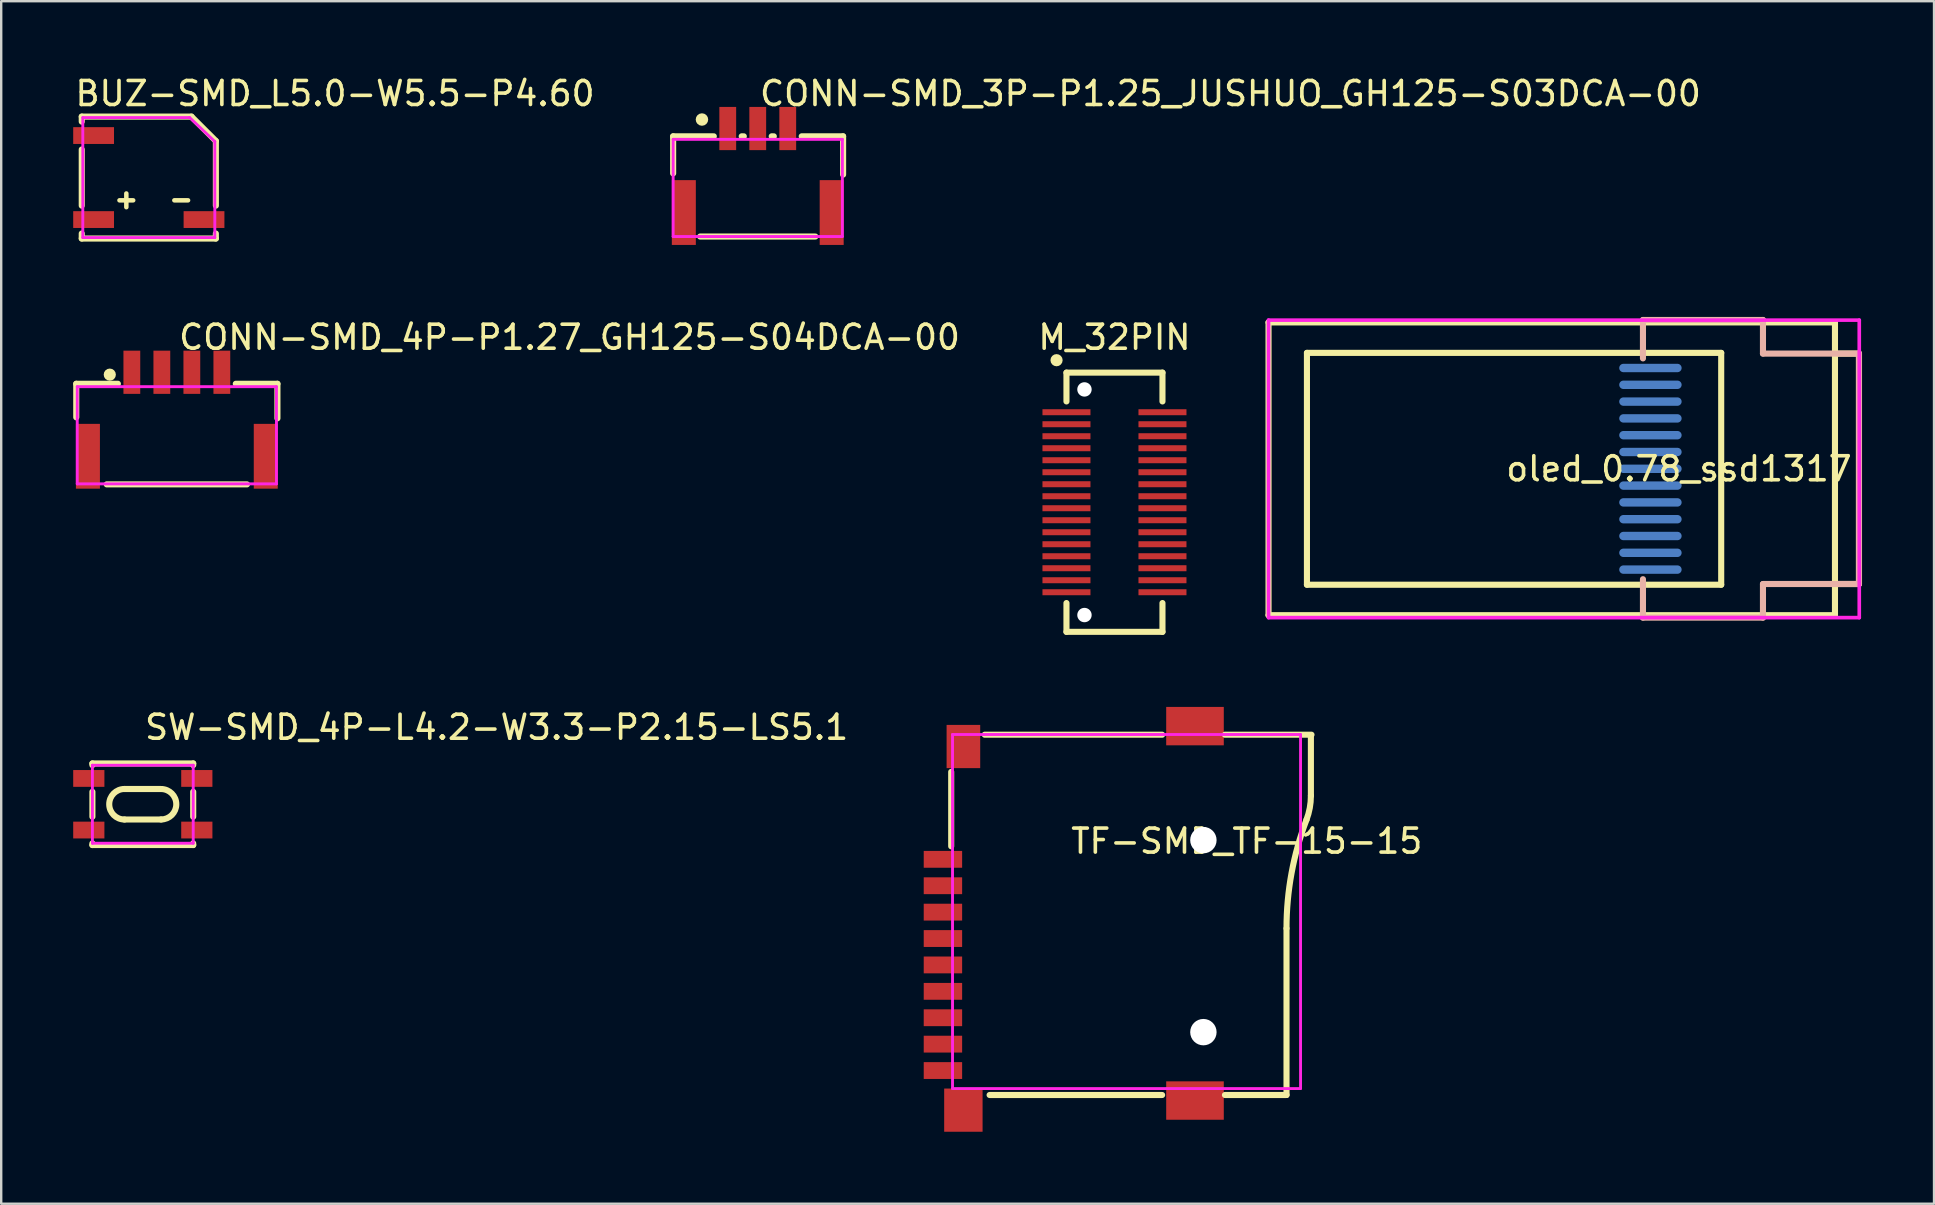
<source format=kicad_pcb>
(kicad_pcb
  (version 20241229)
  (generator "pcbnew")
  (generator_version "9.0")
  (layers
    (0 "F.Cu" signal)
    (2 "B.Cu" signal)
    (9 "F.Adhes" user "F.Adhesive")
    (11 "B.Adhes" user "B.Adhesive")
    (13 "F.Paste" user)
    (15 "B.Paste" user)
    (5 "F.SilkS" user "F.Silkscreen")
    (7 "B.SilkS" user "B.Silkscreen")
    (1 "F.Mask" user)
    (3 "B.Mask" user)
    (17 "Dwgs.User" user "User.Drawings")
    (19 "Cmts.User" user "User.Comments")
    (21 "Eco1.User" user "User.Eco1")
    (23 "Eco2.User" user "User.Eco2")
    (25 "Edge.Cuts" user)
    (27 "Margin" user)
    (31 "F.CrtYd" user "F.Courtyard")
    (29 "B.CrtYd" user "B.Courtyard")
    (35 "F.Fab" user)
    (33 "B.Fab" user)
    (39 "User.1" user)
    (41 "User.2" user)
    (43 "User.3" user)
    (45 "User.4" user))
  (footprint "M_32PIN"
    (layer "F.Cu")
    (at 43.383 17.875)
    (property "Reference" "M_32PIN" (at 0 -6.872 0) (layer "F.SilkS") (effects (font (size 1 1) (thickness 0.15))))
    (fp_line (start -2 -5.4) (end 2 -5.4) (stroke (width 0.254) (type solid)) (layer "F.SilkS"))
    (fp_line (start -2 -4.2) (end -2 -5.4) (stroke (width 0.254) (type solid)) (layer "F.SilkS"))
    (fp_line (start -2 5.4) (end -2 4.2) (stroke (width 0.254) (type solid)) (layer "F.SilkS"))
    (fp_line (start -2 5.4) (end 2 5.4) (stroke (width 0.254) (type solid)) (layer "F.SilkS"))
    (fp_line (start 2 -4.2) (end 2 -5.4) (stroke (width 0.254) (type solid)) (layer "F.SilkS"))
    (fp_line (start 2 5.4) (end 2 4.2) (stroke (width 0.254) (type solid)) (layer "F.SilkS"))
    (fp_circle (center -2.413 -5.918) (end -2.413 -6.045) (stroke (width 0.254) (type solid)) (fill no) (layer "F.SilkS"))
    (pad "" np_thru_hole circle (at -1.25 -4.7) (size 0.6 0.6) (drill 0.6) (layers "*.Cu" "*.Mask"))
    (pad "" np_thru_hole circle (at -1.25 4.7) (size 0.6 0.6) (drill 0.6) (layers "*.Cu" "*.Mask"))
    (pad "1" smd rect (at -2 -3.75) (size 2 0.25) (layers "F.Cu" "F.Mask" "F.Paste"))
    (pad "2" smd rect (at -2 -3.25) (size 2 0.25) (layers "F.Cu" "F.Mask" "F.Paste"))
    (pad "3" smd rect (at -2 -2.75) (size 2 0.25) (layers "F.Cu" "F.Mask" "F.Paste"))
    (pad "4" smd rect (at -2 -2.25) (size 2 0.25) (layers "F.Cu" "F.Mask" "F.Paste"))
    (pad "5" smd rect (at -2 -1.75) (size 2 0.25) (layers "F.Cu" "F.Mask" "F.Paste"))
    (pad "6" smd rect (at -2 -1.25) (size 2 0.25) (layers "F.Cu" "F.Mask" "F.Paste"))
    (pad "7" smd rect (at -2 -0.75) (size 2 0.25) (layers "F.Cu" "F.Mask" "F.Paste"))
    (pad "8" smd rect (at -2 -0.25) (size 2 0.25) (layers "F.Cu" "F.Mask" "F.Paste"))
    (pad "9" smd rect (at -2 0.25) (size 2 0.25) (layers "F.Cu" "F.Mask" "F.Paste"))
    (pad "10" smd rect (at -2 0.75) (size 2 0.25) (layers "F.Cu" "F.Mask" "F.Paste"))
    (pad "11" smd rect (at -2 1.25) (size 2 0.25) (layers "F.Cu" "F.Mask" "F.Paste"))
    (pad "12" smd rect (at -2 1.75) (size 2 0.25) (layers "F.Cu" "F.Mask" "F.Paste"))
    (pad "13" smd rect (at -2 2.25) (size 2 0.25) (layers "F.Cu" "F.Mask" "F.Paste"))
    (pad "14" smd rect (at -2 2.75) (size 2 0.25) (layers "F.Cu" "F.Mask" "F.Paste"))
    (pad "15" smd rect (at -2 3.25) (size 2 0.25) (layers "F.Cu" "F.Mask" "F.Paste"))
    (pad "16" smd rect (at -2 3.75) (size 2 0.25) (layers "F.Cu" "F.Mask" "F.Paste"))
    (pad "17" smd rect (at 2 3.75) (size 2 0.25) (layers "F.Cu" "F.Mask" "F.Paste"))
    (pad "18" smd rect (at 2 3.25) (size 2 0.25) (layers "F.Cu" "F.Mask" "F.Paste"))
    (pad "19" smd rect (at 2 2.75) (size 2 0.25) (layers "F.Cu" "F.Mask" "F.Paste"))
    (pad "20" smd rect (at 2 2.25) (size 2 0.25) (layers "F.Cu" "F.Mask" "F.Paste"))
    (pad "21" smd rect (at 2 1.75) (size 2 0.25) (layers "F.Cu" "F.Mask" "F.Paste"))
    (pad "22" smd rect (at 2 1.25) (size 2 0.25) (layers "F.Cu" "F.Mask" "F.Paste"))
    (pad "23" smd rect (at 2 0.75) (size 2 0.25) (layers "F.Cu" "F.Mask" "F.Paste"))
    (pad "24" smd rect (at 2 0.25) (size 2 0.25) (layers "F.Cu" "F.Mask" "F.Paste"))
    (pad "25" smd rect (at 2 -0.25) (size 2 0.25) (layers "F.Cu" "F.Mask" "F.Paste"))
    (pad "26" smd rect (at 2 -0.75) (size 2 0.25) (layers "F.Cu" "F.Mask" "F.Paste"))
    (pad "27" smd rect (at 2 -1.25) (size 2 0.25) (layers "F.Cu" "F.Mask" "F.Paste"))
    (pad "28" smd rect (at 2 -1.75) (size 2 0.25) (layers "F.Cu" "F.Mask" "F.Paste"))
    (pad "29" smd rect (at 2 -2.25) (size 2 0.25) (layers "F.Cu" "F.Mask" "F.Paste"))
    (pad "30" smd rect (at 2 -2.75) (size 2 0.25) (layers "F.Cu" "F.Mask" "F.Paste"))
    (pad "31" smd rect (at 2 -3.25) (size 2 0.25) (layers "F.Cu" "F.Mask" "F.Paste"))
    (pad "32" smd rect (at 2 -3.75) (size 2 0.25) (layers "F.Cu" "F.Mask" "F.Paste")))
  (footprint "CONN-SMD_3P-P1.25_JUSHUO_GH125-S03DCA-00"
    (layer "F.Cu")
    (at 28.521 4.055)
    (property "Reference" "CONN-SMD_3P-P1.25_JUSHUO_GH125-S03DCA-00" (at 0 -3.207 0) (layer "F.SilkS") (effects (font (size 1 1) (thickness 0.15)) (justify left)))
    (attr through_hole)
    (fp_line (start -3.525 -1.425) (end -3.525 0.119) (stroke (width 0.254) (type solid)) (layer "F.SilkS"))
    (fp_line (start -3.525 -1.425) (end -1.831 -1.425) (stroke (width 0.254) (type solid)) (layer "F.SilkS"))
    (fp_line (start -2.4 2.75) (end 2.4 2.75) (stroke (width 0.254) (type solid)) (layer "F.SilkS"))
    (fp_line (start -0.669 -1.425) (end -0.581 -1.425) (stroke (width 0.254) (type solid)) (layer "F.SilkS"))
    (fp_line (start 0.581 -1.425) (end 0.669 -1.425) (stroke (width 0.254) (type solid)) (layer "F.SilkS"))
    (fp_line (start 1.831 -1.425) (end 3.556 -1.425) (stroke (width 0.254) (type solid)) (layer "F.SilkS"))
    (fp_line (start 3.556 -1.425) (end 3.556 0.169) (stroke (width 0.254) (type solid)) (layer "F.SilkS"))
    (fp_circle (center -2.325 -2.125) (end -2.195 -2.125) (stroke (width 0.26) (type solid)) (fill no) (layer "F.SilkS"))
    (fp_line (start -3.525 -1.3) (end 3.525 -1.3) (stroke (width 0.12) (type solid)) (layer "F.CrtYd"))
    (fp_line (start -3.525 2.75) (end -3.525 -1.3) (stroke (width 0.12) (type solid)) (layer "F.CrtYd"))
    (fp_line (start 3.525 -1.3) (end 3.525 2.75) (stroke (width 0.12) (type solid)) (layer "F.CrtYd"))
    (fp_line (start 3.525 2.75) (end -3.525 2.75) (stroke (width 0.12) (type solid)) (layer "F.CrtYd"))
    (pad "1" smd rect (at -1.25 -1.75) (size 0.7 1.8) (layers "F.Cu" "F.Mask" "F.Paste"))
    (pad "2" smd rect (at 0 -1.75) (size 0.7 1.8) (layers "F.Cu" "F.Mask" "F.Paste"))
    (pad "3" smd rect (at 1.25 -1.75) (size 0.7 1.8) (layers "F.Cu" "F.Mask" "F.Paste"))
    (pad "4" smd rect (at 3.08 1.75) (size 1 2.7) (layers "F.Cu" "F.Mask" "F.Paste"))
    (pad "5" smd rect (at -3.08 1.75) (size 1 2.7) (layers "F.Cu" "F.Mask" "F.Paste")))
  (footprint "BUZ-SMD_L5.0-W5.5-P4.60"
    (layer "F.Cu")
    (at 3.15 4.348)
    (property "Reference" "BUZ-SMD_L5.0-W5.5-P4.60" (at -3.15 -3.5 0) (layer "F.SilkS") (effects (font (size 1 1) (thickness 0.15)) (justify left)))
    (attr through_hole)
    (fp_line (start -2.794 -2.54) (end 1.778 -2.54) (stroke (width 0.254) (type solid)) (layer "F.SilkS"))
    (fp_line (start -2.794 -2.331) (end -2.794 -2.54) (stroke (width 0.254) (type solid)) (layer "F.SilkS"))
    (fp_line (start -2.794 1.169) (end -2.794 -1.169) (stroke (width 0.254) (type solid)) (layer "F.SilkS"))
    (fp_line (start -2.794 2.54) (end -2.794 2.331) (stroke (width 0.254) (type solid)) (layer "F.SilkS"))
    (fp_line (start 1.778 -2.54) (end 2.794 -1.524) (stroke (width 0.254) (type solid)) (layer "F.SilkS"))
    (fp_line (start 2.793 2.332) (end 2.793 2.54) (stroke (width 0.254) (type solid)) (layer "F.SilkS"))
    (fp_line (start 2.793 2.54) (end -2.794 2.54) (stroke (width 0.254) (type solid)) (layer "F.SilkS"))
    (fp_line (start 2.794 -1.524) (end 2.794 1.169) (stroke (width 0.254) (type solid)) (layer "F.SilkS"))
    (fp_circle (center -2.75 2.5) (end -2.72 2.5) (stroke (width 0.06) (type solid)) (fill no) (layer "Eco2.User"))
    (fp_line (start -2.75 -2.5) (end 1.7 -2.5) (stroke (width 0.12) (type solid)) (layer "F.CrtYd"))
    (fp_line (start -2.75 2.5) (end -2.75 -2.5) (stroke (width 0.12) (type solid)) (layer "F.CrtYd"))
    (fp_line (start 1.7 -2.5) (end 2.75 -1.5) (stroke (width 0.12) (type solid)) (layer "F.CrtYd"))
    (fp_line (start 2.75 -1.5) (end 2.75 2.5) (stroke (width 0.12) (type solid)) (layer "F.CrtYd"))
    (fp_line (start 2.75 2.5) (end -2.75 2.5) (stroke (width 0.12) (type solid)) (layer "F.CrtYd"))
    (fp_text user "+" (at -1.524 0.897 0) (layer "F.SilkS") (effects (font (size 0.75 0.75) (thickness 0.203)) (justify left)))
    (fp_text user "-" (at 0.762 0.897 0) (layer "F.SilkS") (effects (font (size 0.75 0.75) (thickness 0.203)) (justify left)))
    (pad "1" smd rect (at -2.3 1.75) (size 1.7 0.7) (layers "F.Cu" "F.Mask" "F.Paste"))
    (pad "2" smd rect (at 2.3 1.75) (size 1.7 0.7) (layers "F.Cu" "F.Mask" "F.Paste"))
    (pad "3" smd rect (at -2.3 -1.75) (size 1.7 0.7) (layers "F.Cu" "F.Mask" "F.Paste")))
  (footprint "TF-SMD_TF-15-15"
    (layer "F.Cu")
    (at 41.487 35.203)
    (property "Reference" "TF-SMD_TF-15-15" (at 0 -3.207 0) (layer "F.SilkS") (effects (font (size 1 1) (thickness 0.15)) (justify left)))
    (attr through_hole)
    (fp_line (start -4.906 -6.093) (end -4.906 -2.994) (stroke (width 0.254) (type solid)) (layer "F.SilkS"))
    (fp_line (start -3.306 7.369) (end 3.882 7.369) (stroke (width 0.254) (type solid)) (layer "F.SilkS"))
    (fp_line (start 3.882 -7.642) (end -3.509 -7.642) (stroke (width 0.254) (type solid)) (layer "F.SilkS"))
    (fp_line (start 9.064 0.435) (end 9.064 7.369) (stroke (width 0.254) (type solid)) (layer "F.SilkS"))
    (fp_line (start 9.064 7.369) (end 6.499 7.369) (stroke (width 0.254) (type solid)) (layer "F.SilkS"))
    (fp_line (start 10.08 -7.617) (end 10.08 -5.102) (stroke (width 0.254) (type solid)) (layer "F.SilkS"))
    (fp_line (start 10.105 -7.642) (end 6.499 -7.642) (stroke (width 0.254) (type solid)) (layer "F.SilkS"))
    (fp_arc (start 9.064 0.423) (mid 9.273729 -1.875505) (end 9.895988 -4.098094) (stroke (width 0.254) (type solid)) (layer "F.SilkS"))
    (fp_arc (start 10.080026 -5.098094) (mid 10.033645 -4.58965) (end 9.896 -4.098) (stroke (width 0.254) (type solid)) (layer "F.SilkS"))
    (fp_circle (center 5.601 -3.25) (end 5.827 -3.25) (stroke (width 0.45) (type solid)) (fill no) (layer "Dwgs.User"))
    (fp_circle (center 5.601 4.75) (end 5.827 4.75) (stroke (width 0.45) (type solid)) (fill no) (layer "Dwgs.User"))
    (fp_line (start -4.851 -7.65) (end 9.649 -7.65) (stroke (width 0.12) (type solid)) (layer "F.CrtYd"))
    (fp_line (start -4.851 7.1) (end -4.851 -7.65) (stroke (width 0.12) (type solid)) (layer "F.CrtYd"))
    (fp_line (start 9.649 -7.65) (end 9.649 7.1) (stroke (width 0.12) (type solid)) (layer "F.CrtYd"))
    (fp_line (start 9.649 7.1) (end -4.851 7.1) (stroke (width 0.12) (type solid)) (layer "F.CrtYd"))
    (pad "" np_thru_hole circle (at 5.601 -3.25) (size 1.1 1.1) (drill 1.1) (layers "*.Cu" "*.Mask"))
    (pad "" np_thru_hole circle (at 5.601 4.75) (size 1.1 1.1) (drill 1.1) (layers "*.Cu" "*.Mask"))
    (pad "1" smd rect (at -5.251 -2.45) (size 1.6 0.701) (layers "F.Cu" "F.Mask" "F.Paste"))
    (pad "2" smd rect (at -5.251 -1.35) (size 1.6 0.701) (layers "F.Cu" "F.Mask" "F.Paste"))
    (pad "3" smd rect (at -5.251 -0.25) (size 1.6 0.701) (layers "F.Cu" "F.Mask" "F.Paste"))
    (pad "4" smd rect (at -5.251 0.85) (size 1.6 0.701) (layers "F.Cu" "F.Mask" "F.Paste"))
    (pad "5" smd rect (at -5.251 1.95) (size 1.6 0.701) (layers "F.Cu" "F.Mask" "F.Paste"))
    (pad "6" smd rect (at -5.251 3.05) (size 1.6 0.701) (layers "F.Cu" "F.Mask" "F.Paste"))
    (pad "7" smd rect (at -5.251 4.15) (size 1.6 0.701) (layers "F.Cu" "F.Mask" "F.Paste"))
    (pad "8" smd rect (at -5.251 5.25) (size 1.6 0.701) (layers "F.Cu" "F.Mask" "F.Paste"))
    (pad "9" smd rect (at -5.251 6.35) (size 1.6 0.701) (layers "F.Cu" "F.Mask" "F.Paste"))
    (pad "10" smd rect (at -4.399 8) (size 1.6 1.8) (layers "F.Cu" "F.Mask" "F.Paste"))
    (pad "11" smd rect (at 5.251 7.6) (size 2.4 1.6) (layers "F.Cu" "F.Mask" "F.Paste"))
    (pad "12" smd rect (at 5.251 -8) (size 2.4 1.6) (layers "F.Cu" "F.Mask" "F.Paste"))
    (pad "13" smd rect (at -4.398 -7.15) (size 1.4 1.801) (layers "F.Cu" "F.Mask" "F.Paste")))
  (footprint "CONN-SMD_4P-P1.27_GH125-S04DCA-00"
    (layer "F.Cu")
    (at 4.318 14.21)
    (property "Reference" "CONN-SMD_4P-P1.27_GH125-S04DCA-00" (at 0 -3.207 0) (layer "F.SilkS") (effects (font (size 1 1) (thickness 0.15)) (justify left)))
    (attr through_hole)
    (fp_line (start -4.191 -1.27) (end -4.191 0.127) (stroke (width 0.254) (type solid)) (layer "F.SilkS"))
    (fp_line (start -2.921 2.921) (end 2.921 2.921) (stroke (width 0.254) (type solid)) (layer "F.SilkS"))
    (fp_line (start -2.456 -1.27) (end -4.191 -1.27) (stroke (width 0.254) (type solid)) (layer "F.SilkS"))
    (fp_line (start 2.456 -1.27) (end 4.191 -1.27) (stroke (width 0.254) (type solid)) (layer "F.SilkS"))
    (fp_line (start 4.191 -1.27) (end 4.191 0.169) (stroke (width 0.254) (type solid)) (layer "F.SilkS"))
    (fp_circle (center -2.794 -1.651) (end -2.667 -1.651) (stroke (width 0.254) (type solid)) (fill no) (layer "F.SilkS"))
    (fp_line (start -4.15 -1.15) (end 4.15 -1.15) (stroke (width 0.12) (type solid)) (layer "F.CrtYd"))
    (fp_line (start -4.15 2.9) (end -4.15 -1.15) (stroke (width 0.12) (type solid)) (layer "F.CrtYd"))
    (fp_line (start 4.15 -1.15) (end 4.15 2.9) (stroke (width 0.12) (type solid)) (layer "F.CrtYd"))
    (fp_line (start 4.15 2.9) (end -4.15 2.9) (stroke (width 0.12) (type solid)) (layer "F.CrtYd"))
    (pad "1" smd rect (at -1.875 -1.75) (size 0.7 1.8) (layers "F.Cu" "F.Mask" "F.Paste"))
    (pad "2" smd rect (at -0.625 -1.75) (size 0.7 1.8) (layers "F.Cu" "F.Mask" "F.Paste"))
    (pad "3" smd rect (at 0.625 -1.75) (size 0.7 1.8) (layers "F.Cu" "F.Mask" "F.Paste"))
    (pad "4" smd rect (at 1.875 -1.75) (size 0.7 1.8) (layers "F.Cu" "F.Mask" "F.Paste"))
    (pad "5" smd rect (at 3.705 1.75 180) (size 1 2.7) (layers "F.Cu" "F.Mask" "F.Paste"))
    (pad "6" smd rect (at -3.705 1.75) (size 1 2.7) (layers "F.Cu" "F.Mask" "F.Paste")))
  (footprint "SW-SMD_4P-L4.2-W3.3-P2.15-LS5.1"
    (layer "F.Cu")
    (at 2.9 30.458)
    (property "Reference" "SW-SMD_4P-L4.2-W3.3-P2.15-LS5.1" (at 0 -3.207 0) (layer "F.SilkS") (effects (font (size 1 1) (thickness 0.15)) (justify left)))
    (attr through_hole)
    (fp_line (start -2.1 -1.7) (end -2.1 -1.631) (stroke (width 0.254) (type solid)) (layer "F.SilkS"))
    (fp_line (start -2.1 -1.7) (end 2.1 -1.7) (stroke (width 0.254) (type solid)) (layer "F.SilkS"))
    (fp_line (start -2.1 -0.519) (end -2.1 0.519) (stroke (width 0.254) (type solid)) (layer "F.SilkS"))
    (fp_line (start -2.1 1.631) (end -2.1 1.7) (stroke (width 0.254) (type solid)) (layer "F.SilkS"))
    (fp_line (start -2.1 1.7) (end 2.1 1.7) (stroke (width 0.254) (type solid)) (layer "F.SilkS"))
    (fp_line (start -0.762 -0.635) (end 0.762 -0.635) (stroke (width 0.254) (type solid)) (layer "F.SilkS"))
    (fp_line (start -0.762 0.635) (end 0.762 0.635) (stroke (width 0.254) (type solid)) (layer "F.SilkS"))
    (fp_line (start 2.1 -1.7) (end 2.1 -1.631) (stroke (width 0.254) (type solid)) (layer "F.SilkS"))
    (fp_line (start 2.1 -0.519) (end 2.1 0.519) (stroke (width 0.254) (type solid)) (layer "F.SilkS"))
    (fp_line (start 2.1 1.631) (end 2.1 1.7) (stroke (width 0.254) (type solid)) (layer "F.SilkS"))
    (fp_arc (start -0.763 0.636) (mid -1.399 0) (end -0.763 -0.636) (stroke (width 0.254) (type solid)) (layer "F.SilkS"))
    (fp_arc (start 0.760932 -0.634) (mid 1.391012 -0.000034) (end 0.761 0.634) (stroke (width 0.254) (type solid)) (layer "F.SilkS"))
    (fp_line (start -2.1 -1.625) (end 2.1 -1.625) (stroke (width 0.12) (type solid)) (layer "F.CrtYd"))
    (fp_line (start -2.1 1.625) (end -2.1 -1.625) (stroke (width 0.12) (type solid)) (layer "F.CrtYd"))
    (fp_line (start 2.1 -1.625) (end 2.1 1.625) (stroke (width 0.12) (type solid)) (layer "F.CrtYd"))
    (fp_line (start 2.1 1.625) (end -2.1 1.625) (stroke (width 0.12) (type solid)) (layer "F.CrtYd"))
    (pad "1" smd rect (at -2.25 -1.075 90) (size 0.7 1.3) (layers "F.Cu" "F.Mask" "F.Paste"))
    (pad "2" smd rect (at 2.25 -1.075 90) (size 0.7 1.3) (layers "F.Cu" "F.Mask" "F.Paste"))
    (pad "3" smd rect (at -2.25 1.075 90) (size 0.7 1.3) (layers "F.Cu" "F.Mask" "F.Paste"))
    (pad "4" smd rect (at 2.25 1.075 90) (size 0.7 1.3) (layers "F.Cu" "F.Mask" "F.Paste")))
  (footprint "oled_0.78_ssd1317"
    (layer "F.Cu")
    (at 65.713 16.482)
    (property "Reference" "oled_0.78_ssd1317" (at -6.1 0 0) (layer "F.SilkS") (effects (font (size 1 1) (thickness 0.15)) (justify left)))
    (attr through_hole)
    (fp_line (start -15.911 -6.1) (end 7.689 -6.1) (stroke (width 0.254) (type solid)) (layer "F.SilkS"))
    (fp_line (start -15.911 6.1) (end -15.911 -6.1) (stroke (width 0.254) (type solid)) (layer "F.SilkS"))
    (fp_line (start -15.911 6.1) (end 7.689 6.1) (stroke (width 0.254) (type solid)) (layer "F.SilkS"))
    (fp_line (start -14.311 -4.83) (end -14.311 4.83) (stroke (width 0.254) (type solid)) (layer "F.SilkS"))
    (fp_line (start -14.311 -4.83) (end 2.949 -4.83) (stroke (width 0.254) (type solid)) (layer "F.SilkS"))
    (fp_line (start -14.311 4.83) (end 2.949 4.83) (stroke (width 0.254) (type solid)) (layer "F.SilkS"))
    (fp_line (start 2.949 -4.83) (end 2.949 4.83) (stroke (width 0.254) (type solid)) (layer "F.SilkS"))
    (fp_line (start 7.689 6.1) (end 7.689 -6.1) (stroke (width 0.254) (type solid)) (layer "F.SilkS"))
    (fp_line (start 8.689 -4.8) (end 7.689 -4.8) (stroke (width 0.254) (type solid)) (layer "F.SilkS"))
    (fp_line (start 8.689 -4.8) (end 8.689 4.8) (stroke (width 0.254) (type solid)) (layer "F.SilkS"))
    (fp_line (start 8.689 4.8) (end 7.689 4.8) (stroke (width 0.254) (type solid)) (layer "F.SilkS"))
    (fp_line (start -0.311 -6.2) (end -0.311 -4.6) (stroke (width 0.254) (type solid)) (layer "B.SilkS"))
    (fp_line (start -0.311 6.2) (end -0.311 4.6) (stroke (width 0.254) (type solid)) (layer "B.SilkS"))
    (fp_line (start 4.689 -6.2) (end -0.311 -6.2) (stroke (width 0.254) (type solid)) (layer "B.SilkS"))
    (fp_line (start 4.689 -4.8) (end 4.689 -6.2) (stroke (width 0.254) (type solid)) (layer "B.SilkS"))
    (fp_line (start 4.689 4.8) (end 4.689 6.2) (stroke (width 0.254) (type solid)) (layer "B.SilkS"))
    (fp_line (start 4.689 6.2) (end -0.311 6.2) (stroke (width 0.254) (type solid)) (layer "B.SilkS"))
    (fp_line (start 8.689 -4.8) (end 4.689 -4.8) (stroke (width 0.254) (type solid)) (layer "B.SilkS"))
    (fp_line (start 8.689 -4.8) (end 8.689 4.8) (stroke (width 0.254) (type solid)) (layer "B.SilkS"))
    (fp_line (start 8.689 4.8) (end 4.689 4.8) (stroke (width 0.254) (type solid)) (layer "B.SilkS"))
    (fp_line (start -15.911 -6.194) (end 8.701 -6.194) (stroke (width 0.152) (type solid)) (layer "F.CrtYd"))
    (fp_line (start -15.911 6.202) (end -15.911 -6.194) (stroke (width 0.152) (type solid)) (layer "F.CrtYd"))
    (fp_line (start 8.701 -6.194) (end 8.701 6.202) (stroke (width 0.152) (type solid)) (layer "F.CrtYd"))
    (fp_line (start 8.701 6.202) (end -15.911 6.202) (stroke (width 0.152) (type solid)) (layer "F.CrtYd"))
    (pad "1" smd oval (at 0 4.2 270) (size 0.35 2.6) (layers "B.Cu" "B.Mask" "B.Paste"))
    (pad "2" smd oval (at 0 3.5 270) (size 0.35 2.6) (layers "B.Cu" "B.Mask" "B.Paste"))
    (pad "3" smd oval (at 0 2.8 270) (size 0.35 2.6) (layers "B.Cu" "B.Mask" "B.Paste"))
    (pad "4" smd oval (at 0 2.1 270) (size 0.35 2.6) (layers "B.Cu" "B.Mask" "B.Paste"))
    (pad "5" smd oval (at 0 1.4 270) (size 0.35 2.6) (layers "B.Cu" "B.Mask" "B.Paste"))
    (pad "6" smd oval (at 0 0.7 270) (size 0.35 2.6) (layers "B.Cu" "B.Mask" "B.Paste"))
    (pad "7" smd oval (at 0 0 270) (size 0.35 2.6) (layers "B.Cu" "B.Mask" "B.Paste"))
    (pad "8" smd oval (at 0 -0.7 270) (size 0.35 2.6) (layers "B.Cu" "B.Mask" "B.Paste"))
    (pad "9" smd oval (at 0 -1.4 270) (size 0.35 2.6) (layers "B.Cu" "B.Mask" "B.Paste"))
    (pad "10" smd oval (at 0 -2.1 270) (size 0.35 2.6) (layers "B.Cu" "B.Mask" "B.Paste"))
    (pad "11" smd oval (at 0 -2.8 270) (size 0.35 2.6) (layers "B.Cu" "B.Mask" "B.Paste"))
    (pad "12" smd oval (at 0 -3.5 270) (size 0.35 2.6) (layers "B.Cu" "B.Mask" "B.Paste"))
    (pad "13" smd oval (at 0 -4.2 270) (size 0.35 2.6) (layers "B.Cu" "B.Mask" "B.Paste")))
  (gr_rect
    (start -3 -3)
    (end 77.529 47.102)
    (stroke (width 0.1) (type default))
    (fill no)
    (layer "Edge.Cuts")))
</source>
